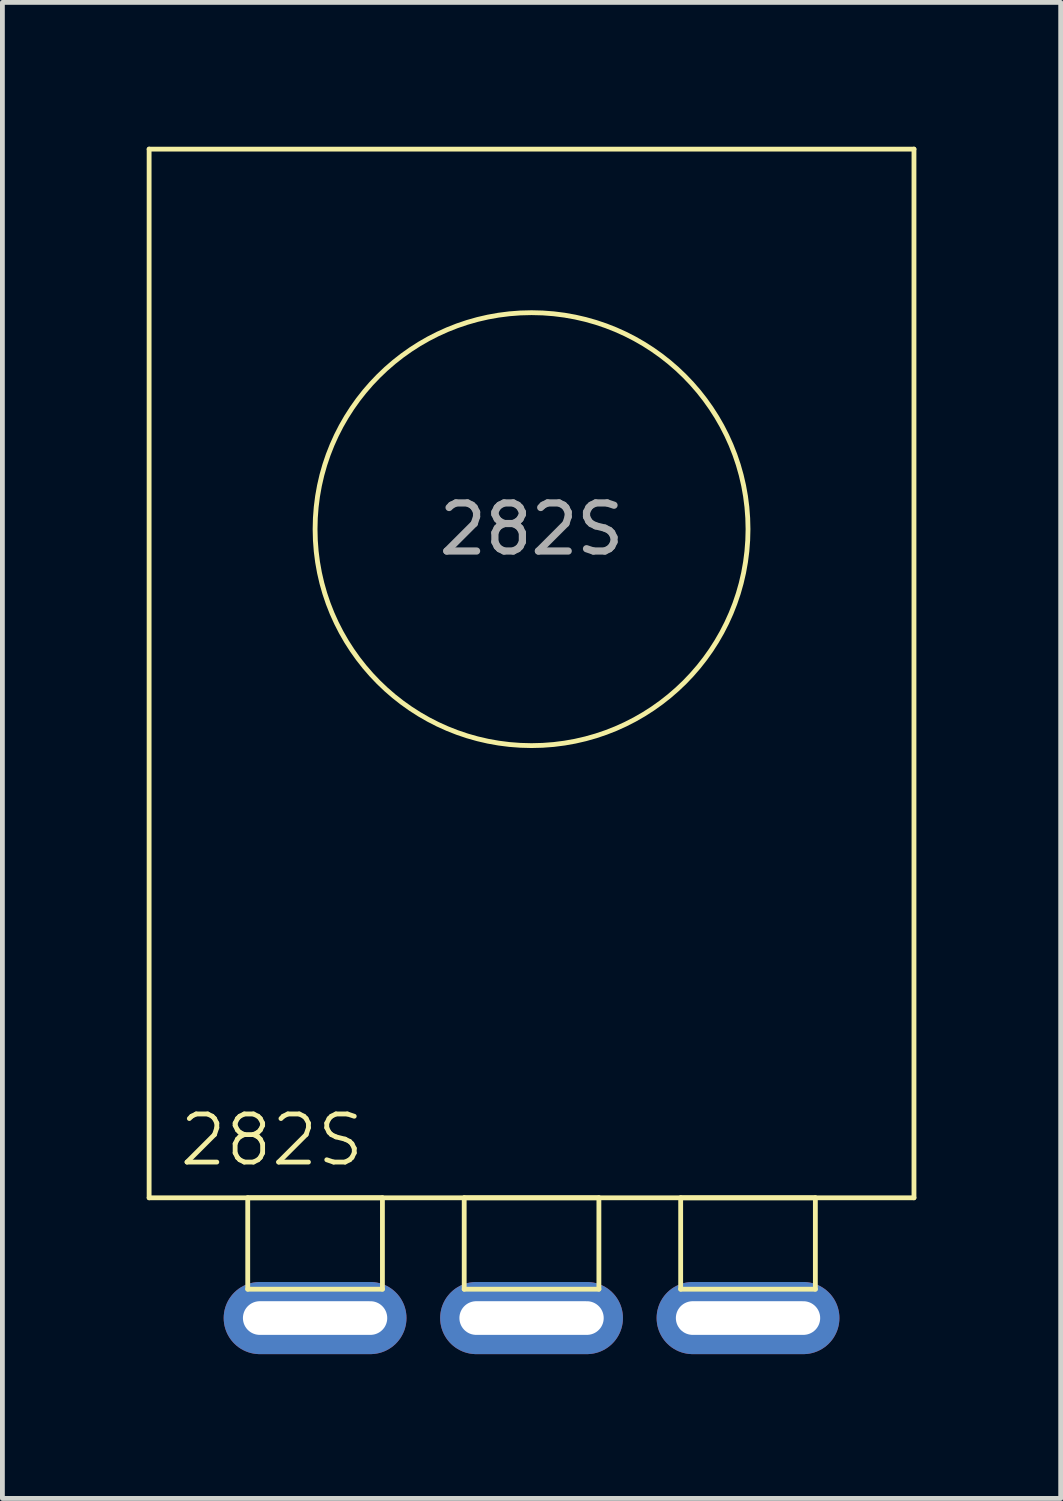
<source format=kicad_pcb>
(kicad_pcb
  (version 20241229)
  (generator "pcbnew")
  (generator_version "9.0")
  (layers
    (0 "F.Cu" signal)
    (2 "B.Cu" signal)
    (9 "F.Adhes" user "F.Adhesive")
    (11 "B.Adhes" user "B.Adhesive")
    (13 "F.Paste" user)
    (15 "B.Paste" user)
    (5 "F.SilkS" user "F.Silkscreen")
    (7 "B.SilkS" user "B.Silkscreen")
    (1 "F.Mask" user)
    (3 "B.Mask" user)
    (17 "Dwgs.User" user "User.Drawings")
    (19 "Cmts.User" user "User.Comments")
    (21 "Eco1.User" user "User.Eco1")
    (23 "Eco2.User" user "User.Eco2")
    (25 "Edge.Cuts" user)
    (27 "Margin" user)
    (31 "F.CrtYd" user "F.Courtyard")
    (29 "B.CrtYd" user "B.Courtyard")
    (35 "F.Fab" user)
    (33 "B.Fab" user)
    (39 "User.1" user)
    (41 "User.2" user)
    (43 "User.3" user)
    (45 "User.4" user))
  (footprint "282S"
    (layer "F.Cu")
    (at 3.5 24.35)
    (property "Reference" "282S" (at -0.9 -3.7 0) (unlocked yes) (layer "F.SilkS") (effects (font (size 1 1) (thickness 0.1))))
    (attr through_hole)
    (fp_line (start -3.45 -24.3) (end -3.45 -2.5) (stroke (width 0.1) (type default)) (layer "F.SilkS"))
    (fp_line (start -3.45 -2.5) (end 12.45 -2.5) (stroke (width 0.1) (type default)) (layer "F.SilkS"))
    (fp_line (start -1.4 -2.5) (end -1.4 -0.6) (stroke (width 0.1) (type default)) (layer "F.SilkS"))
    (fp_line (start -1.4 -0.6) (end 1.4 -0.6) (stroke (width 0.1) (type default)) (layer "F.SilkS"))
    (fp_line (start 1.4 -2.5) (end -1.4 -2.5) (stroke (width 0.1) (type default)) (layer "F.SilkS"))
    (fp_line (start 1.4 -0.6) (end 1.4 -2.5) (stroke (width 0.1) (type default)) (layer "F.SilkS"))
    (fp_line (start 3.1 -2.5) (end 3.1 -0.6) (stroke (width 0.1) (type default)) (layer "F.SilkS"))
    (fp_line (start 3.1 -0.6) (end 5.9 -0.6) (stroke (width 0.1) (type default)) (layer "F.SilkS"))
    (fp_line (start 5.9 -2.5) (end 3.1 -2.5) (stroke (width 0.1) (type default)) (layer "F.SilkS"))
    (fp_line (start 5.9 -0.6) (end 5.9 -2.5) (stroke (width 0.1) (type default)) (layer "F.SilkS"))
    (fp_line (start 7.6 -2.5) (end 7.6 -0.6) (stroke (width 0.1) (type default)) (layer "F.SilkS"))
    (fp_line (start 7.6 -0.6) (end 10.4 -0.6) (stroke (width 0.1) (type default)) (layer "F.SilkS"))
    (fp_line (start 10.4 -2.5) (end 7.6 -2.5) (stroke (width 0.1) (type default)) (layer "F.SilkS"))
    (fp_line (start 10.4 -0.6) (end 10.4 -2.5) (stroke (width 0.1) (type default)) (layer "F.SilkS"))
    (fp_line (start 12.45 -24.3) (end -3.45 -24.3) (stroke (width 0.1) (type default)) (layer "F.SilkS"))
    (fp_line (start 12.45 -2.5) (end 12.45 -24.3) (stroke (width 0.1) (type default)) (layer "F.SilkS"))
    (fp_circle (center 4.5 -16.4) (end 9 -16.4) (stroke (width 0.1) (type default)) (fill no) (layer "F.SilkS"))
    (fp_text user "${REFERENCE}" (at 4.5 -16.4 0) (unlocked yes) (layer "F.Fab") (effects (font (size 1 1) (thickness 0.15))))
    (pad "1" thru_hole oval (at 0 0) (size 3.8 1.5) (drill oval 3 0.7) (layers "*.Cu" "*.Mask"))
    (pad "2" thru_hole oval (at 4.5 0) (size 3.8 1.5) (drill oval 3 0.7) (layers "*.Cu" "*.Mask"))
    (pad "3" thru_hole oval (at 9 0) (size 3.8 1.5) (drill oval 3 0.7) (layers "*.Cu" "*.Mask")))
  (gr_rect
    (start -3 -3)
    (end 19 28.1)
    (stroke (width 0.1) (type default))
    (fill no)
    (layer "Edge.Cuts")))
</source>
